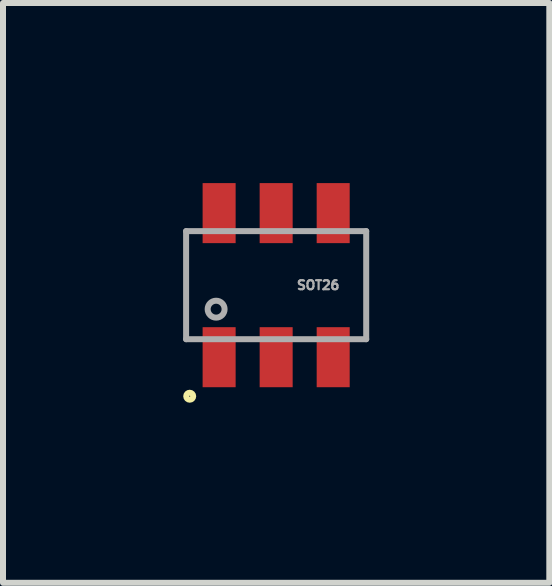
<source format=kicad_pcb>
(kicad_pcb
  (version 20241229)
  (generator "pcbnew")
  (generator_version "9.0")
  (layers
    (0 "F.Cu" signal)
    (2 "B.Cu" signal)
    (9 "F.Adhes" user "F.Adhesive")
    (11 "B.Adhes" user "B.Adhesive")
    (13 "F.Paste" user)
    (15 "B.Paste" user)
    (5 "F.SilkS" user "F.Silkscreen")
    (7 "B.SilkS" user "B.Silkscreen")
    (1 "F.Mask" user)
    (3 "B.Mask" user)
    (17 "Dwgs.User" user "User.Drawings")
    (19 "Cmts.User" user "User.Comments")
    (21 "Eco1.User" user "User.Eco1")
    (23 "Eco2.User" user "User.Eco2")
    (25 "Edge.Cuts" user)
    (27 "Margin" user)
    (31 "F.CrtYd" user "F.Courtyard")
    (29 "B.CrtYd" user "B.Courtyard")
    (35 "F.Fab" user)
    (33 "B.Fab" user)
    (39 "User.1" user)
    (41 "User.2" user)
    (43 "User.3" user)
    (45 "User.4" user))
  (footprint "SOT26"
    (layer "F.Cu")
    (at 1.55 1.7)
    (property "Reference" "SOT26" (at 0.7 0 0) (layer "F.Fab") (effects (font (size 0.15 0.15) (thickness 0.037))))
    (attr through_hole)
    (fp_circle (center -1.44 1.85) (end -1.41 1.9) (stroke (width 0.1) (type default)) (fill no) (layer "F.SilkS"))
    (fp_line (start -1.5 -0.9) (end 1.5 -0.9) (stroke (width 0.1) (type solid)) (layer "F.Fab"))
    (fp_line (start -1.5 0.9) (end -1.5 -0.9) (stroke (width 0.1) (type solid)) (layer "F.Fab"))
    (fp_line (start 1.5 -0.9) (end 1.5 0.9) (stroke (width 0.1) (type solid)) (layer "F.Fab"))
    (fp_line (start 1.5 0.9) (end -1.5 0.9) (stroke (width 0.1) (type solid)) (layer "F.Fab"))
    (fp_circle (center -1 0.4) (end -0.859 0.4) (stroke (width 0.1) (type solid)) (fill no) (layer "F.Fab"))
    (pad "1" smd rect (at -0.95 1.2) (size 0.55 1) (layers "F.Cu" "F.Mask" "F.Paste"))
    (pad "2" smd rect (at 0 1.2) (size 0.55 1) (layers "F.Cu" "F.Mask" "F.Paste"))
    (pad "3" smd rect (at 0.95 1.2) (size 0.55 1) (layers "F.Cu" "F.Mask" "F.Paste"))
    (pad "4" smd rect (at 0.95 -1.2) (size 0.55 1) (layers "F.Cu" "F.Mask" "F.Paste"))
    (pad "5" smd rect (at 0 -1.2) (size 0.55 1) (layers "F.Cu" "F.Mask" "F.Paste"))
    (pad "6" smd rect (at -0.95 -1.2) (size 0.55 1) (layers "F.Cu" "F.Mask" "F.Paste")))
  (gr_rect
    (start -3 -3)
    (end 6.1 6.658)
    (stroke (width 0.1) (type default))
    (fill no)
    (layer "Edge.Cuts")))
</source>
